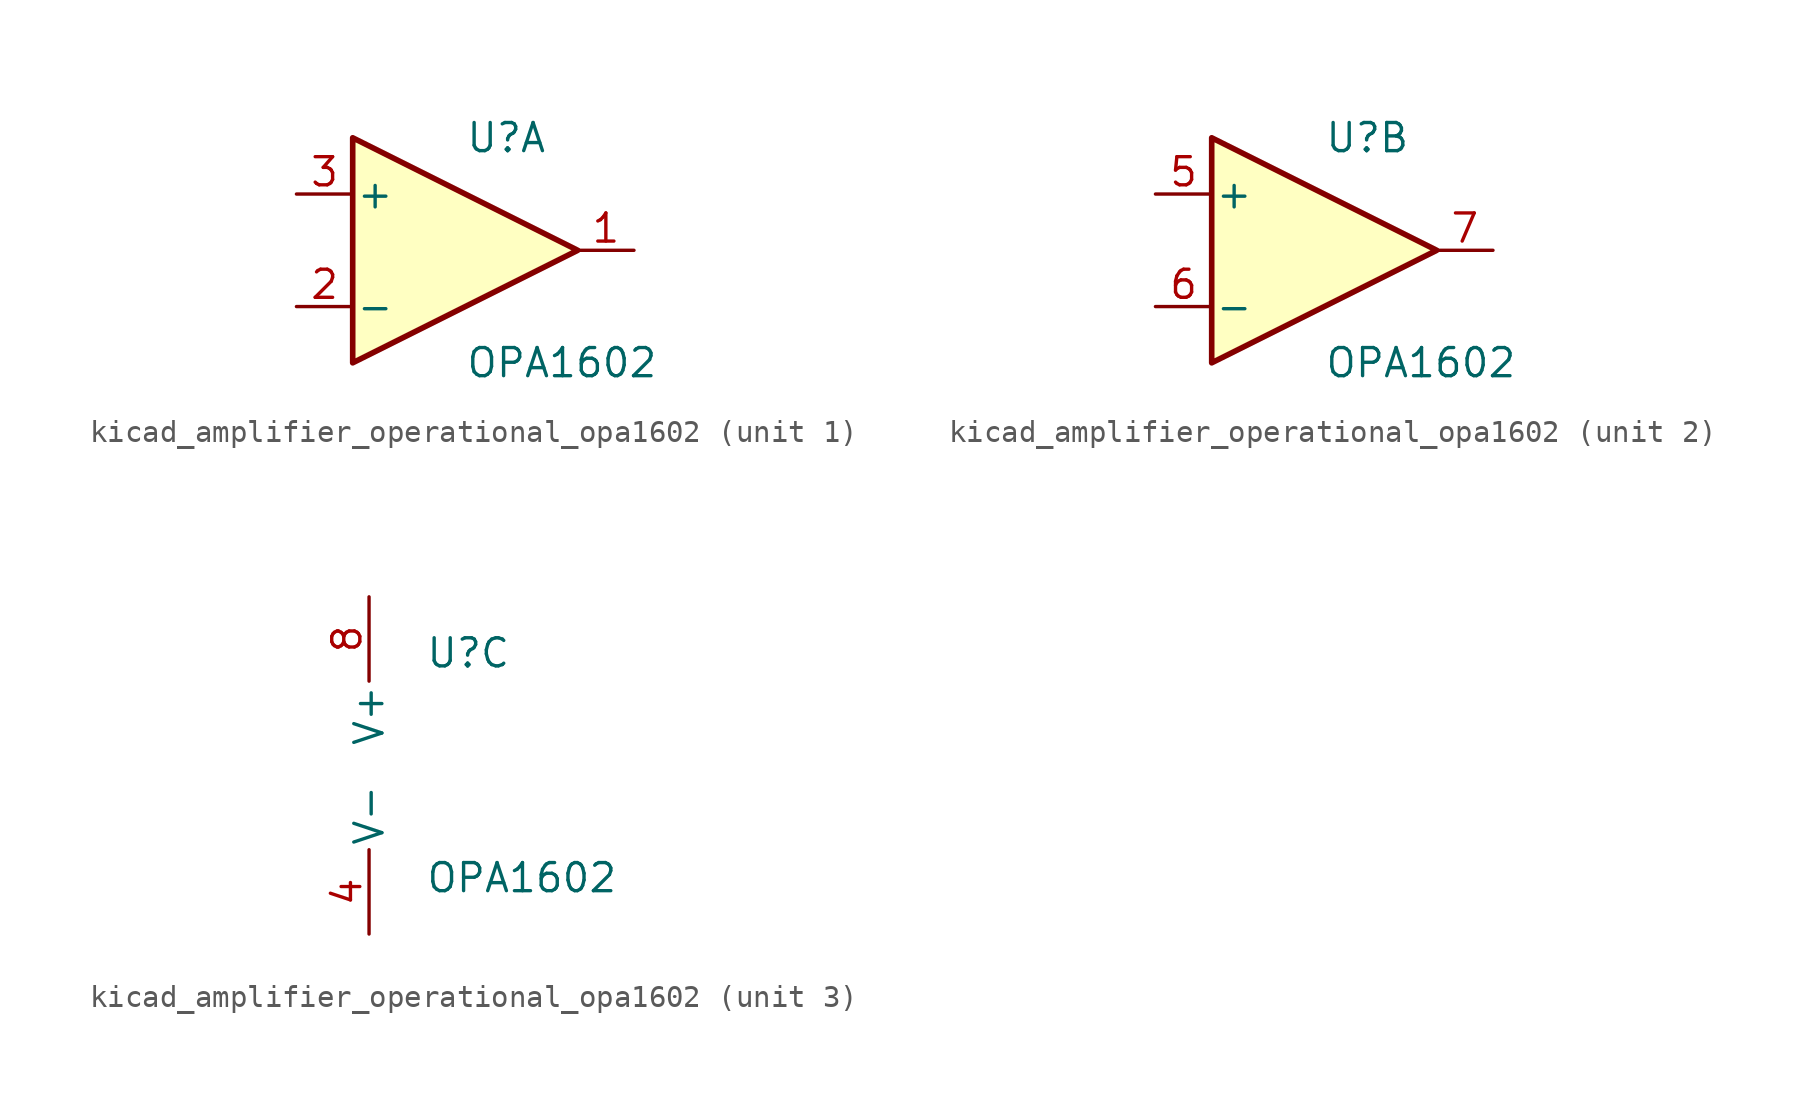
<source format=kicad_sym>
(kicad_symbol_lib
  (version 20220914)
  (generator kicad_symbol_editor)
  (symbol "kicad_amplifier_operational_opa1602"
    (pin_names
      (offset 0.127))
    (property "Reference" "U"
      (at 0 5.08 0)
      (effects (font (size 1.27 1.27)) (justify left)))
    (property "Value" "OPA1602"
      (at 0 -5.08 0)
      (effects (font (size 1.27 1.27)) (justify left)))
    (property "ki_locked" ""
      (at 0 0 0)
      (effects (font (size 1.27 1.27))))
    (symbol "kicad_amplifier_operational_opa1602_1_1"
      (polyline (pts (xy -5.08 5.08) (xy 5.08 0) (xy -5.08 -5.08) (xy -5.08 5.08)) (stroke (width 0.254) (type default)) (fill (type background)))
      (pin output line (at 7.62 0 180) (length 2.54) (name "~" (effects (font (size 1.27 1.27)))) (number "1" (effects (font (size 1.27 1.27)))))
      (pin input line (at -7.62 -2.54 0) (length 2.54) (name "-" (effects (font (size 1.27 1.27)))) (number "2" (effects (font (size 1.27 1.27)))))
      (pin input line (at -7.62 2.54 0) (length 2.54) (name "+" (effects (font (size 1.27 1.27)))) (number "3" (effects (font (size 1.27 1.27))))))
    (symbol "kicad_amplifier_operational_opa1602_2_1"
      (polyline (pts (xy -5.08 5.08) (xy 5.08 0) (xy -5.08 -5.08) (xy -5.08 5.08)) (stroke (width 0.254) (type default)) (fill (type background)))
      (pin input line (at -7.62 2.54 0) (length 2.54) (name "+" (effects (font (size 1.27 1.27)))) (number "5" (effects (font (size 1.27 1.27)))))
      (pin input line (at -7.62 -2.54 0) (length 2.54) (name "-" (effects (font (size 1.27 1.27)))) (number "6" (effects (font (size 1.27 1.27)))))
      (pin output line (at 7.62 0 180) (length 2.54) (name "~" (effects (font (size 1.27 1.27)))) (number "7" (effects (font (size 1.27 1.27))))))
    (symbol "kicad_amplifier_operational_opa1602_3_1"
      (pin power_in line (at -2.54 -7.62 90) (length 3.81) (name "V-" (effects (font (size 1.27 1.27)))) (number "4" (effects (font (size 1.27 1.27)))))
      (pin power_in line (at -2.54 7.62 270) (length 3.81) (name "V+" (effects (font (size 1.27 1.27)))) (number "8" (effects (font (size 1.27 1.27))))))))
</source>
